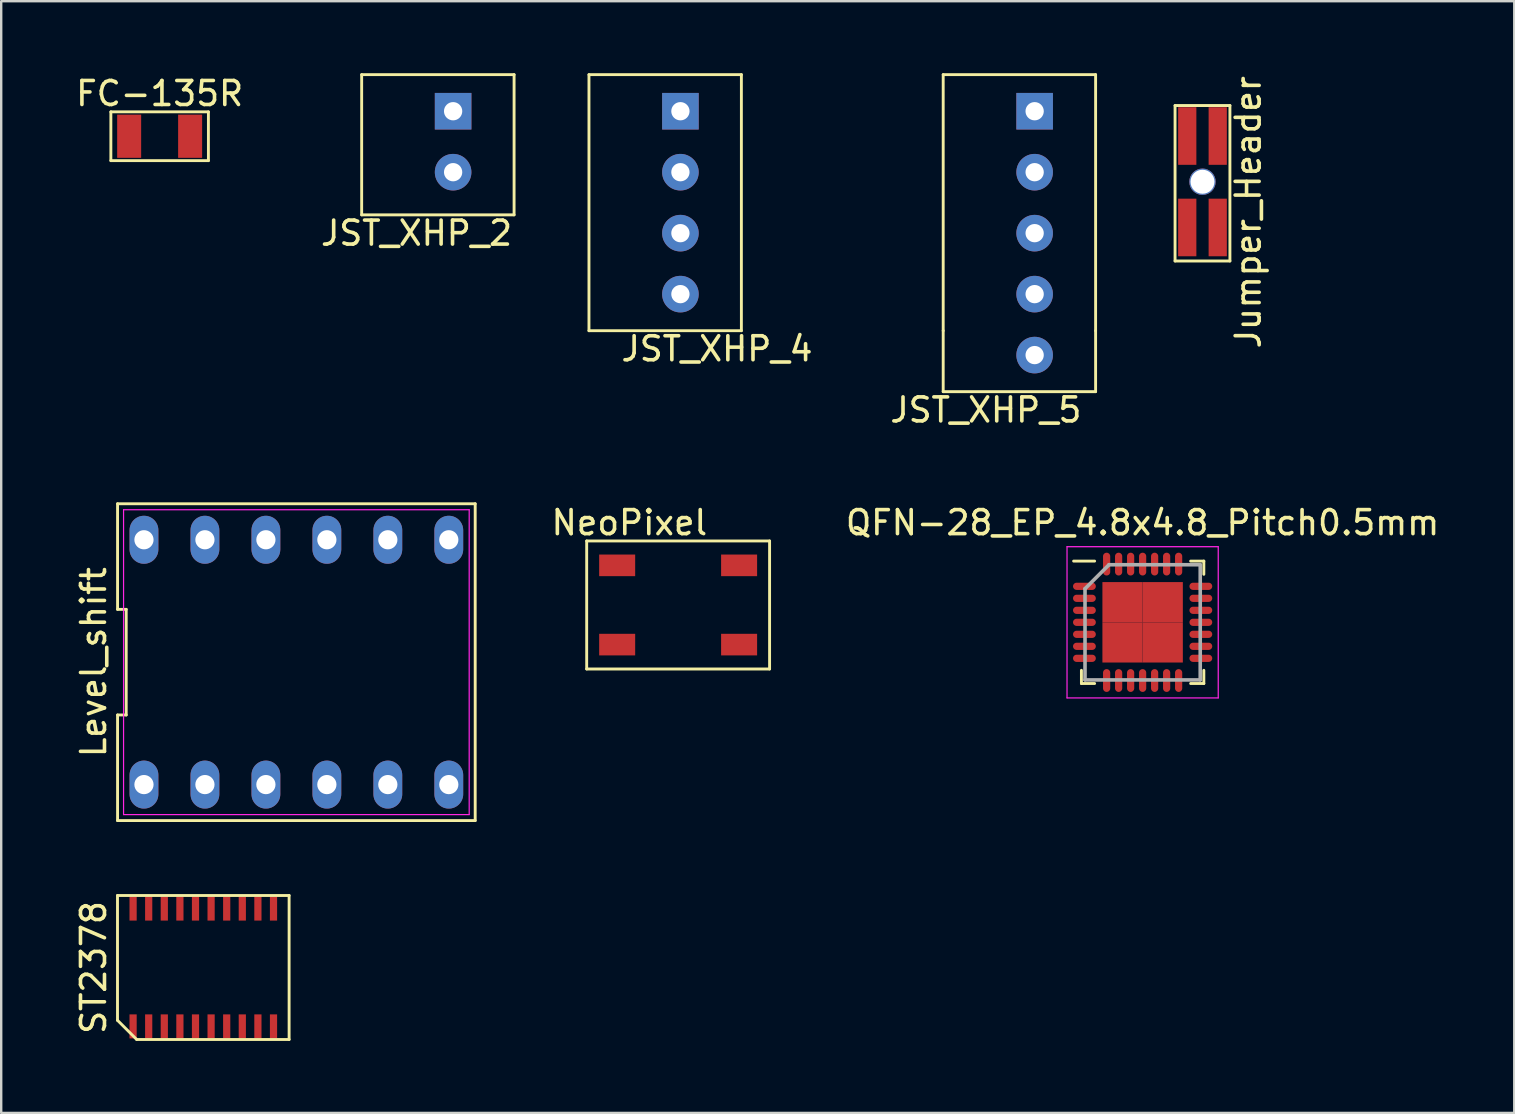
<source format=kicad_pcb>
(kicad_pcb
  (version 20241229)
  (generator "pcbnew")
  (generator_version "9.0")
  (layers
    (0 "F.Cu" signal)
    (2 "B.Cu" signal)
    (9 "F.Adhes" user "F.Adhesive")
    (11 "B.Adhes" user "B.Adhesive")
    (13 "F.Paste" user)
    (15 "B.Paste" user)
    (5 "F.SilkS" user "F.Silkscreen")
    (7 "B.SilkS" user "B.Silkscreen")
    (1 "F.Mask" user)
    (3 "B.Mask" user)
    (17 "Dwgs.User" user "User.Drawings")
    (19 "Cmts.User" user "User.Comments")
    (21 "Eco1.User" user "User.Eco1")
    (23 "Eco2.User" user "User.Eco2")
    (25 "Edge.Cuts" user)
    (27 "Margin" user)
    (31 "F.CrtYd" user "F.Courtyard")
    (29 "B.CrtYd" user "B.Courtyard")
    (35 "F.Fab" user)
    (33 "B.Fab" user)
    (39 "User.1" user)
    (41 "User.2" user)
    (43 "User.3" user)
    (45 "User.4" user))
  (footprint "Level_shift"
    (layer "F.Cu")
    (at 9.298 24.538)
    (property "Reference" "Level_shift" (at -8.45 0 90) (layer "F.SilkS") (effects (font (size 1 1) (thickness 0.15))))
    (attr through_hole)
    (fp_line (start -7.45 -6.6) (end -7.45 -2.2) (stroke (width 0.12) (type solid)) (layer "F.SilkS"))
    (fp_line (start -7.45 -2.2) (end -7.09 -2.2) (stroke (width 0.12) (type solid)) (layer "F.SilkS"))
    (fp_line (start -7.45 2.2) (end -7.45 6.6) (stroke (width 0.12) (type solid)) (layer "F.SilkS"))
    (fp_line (start -7.45 6.6) (end 7.45 6.6) (stroke (width 0.12) (type solid)) (layer "F.SilkS"))
    (fp_line (start -7.09 -2.2) (end -7.09 2.2) (stroke (width 0.12) (type solid)) (layer "F.SilkS"))
    (fp_line (start -7.09 2.2) (end -7.45 2.2) (stroke (width 0.12) (type solid)) (layer "F.SilkS"))
    (fp_line (start 7.45 -6.6) (end -7.45 -6.6) (stroke (width 0.12) (type solid)) (layer "F.SilkS"))
    (fp_line (start 7.45 6.6) (end 7.45 -6.6) (stroke (width 0.12) (type solid)) (layer "F.SilkS"))
    (fp_line (start -7.2 -6.35) (end 7.2 -6.35) (stroke (width 0.05) (type solid)) (layer "F.CrtYd"))
    (fp_line (start -7.2 6.35) (end -7.2 -6.35) (stroke (width 0.05) (type solid)) (layer "F.CrtYd"))
    (fp_line (start 7.2 -6.35) (end 7.2 6.35) (stroke (width 0.05) (type solid)) (layer "F.CrtYd"))
    (fp_line (start 7.2 6.35) (end -7.2 6.35) (stroke (width 0.05) (type solid)) (layer "F.CrtYd"))
    (pad "0" thru_hole oval (at -6.35 5.1) (size 1.2 2) (drill 0.8) (layers "*.Cu" "*.Mask"))
    (pad "1" thru_hole oval (at -3.81 5.1) (size 1.2 2) (drill 0.8) (layers "*.Cu" "*.Mask"))
    (pad "2" thru_hole oval (at -1.27 5.1) (size 1.2 2) (drill 0.8) (layers "*.Cu" "*.Mask"))
    (pad "3" thru_hole oval (at 1.27 5.1) (size 1.2 2) (drill 0.8) (layers "*.Cu" "*.Mask"))
    (pad "4" thru_hole oval (at 3.81 5.1) (size 1.2 2) (drill 0.8) (layers "*.Cu" "*.Mask"))
    (pad "5" thru_hole oval (at 6.35 5.1) (size 1.2 2) (drill 0.8) (layers "*.Cu" "*.Mask"))
    (pad "6" thru_hole oval (at -6.35 -5.1) (size 1.2 2) (drill 0.8) (layers "*.Cu" "*.Mask"))
    (pad "7" thru_hole oval (at -3.81 -5.1) (size 1.2 2) (drill 0.8) (layers "*.Cu" "*.Mask"))
    (pad "8" thru_hole oval (at -1.27 -5.1) (size 1.2 2) (drill 0.8) (layers "*.Cu" "*.Mask"))
    (pad "9" thru_hole oval (at 1.27 -5.1) (size 1.2 2) (drill 0.8) (layers "*.Cu" "*.Mask"))
    (pad "10" thru_hole oval (at 3.81 -5.1) (size 1.2 2) (drill 0.8) (layers "*.Cu" "*.Mask"))
    (pad "11" thru_hole oval (at 6.35 -5.1) (size 1.2 2) (drill 0.8) (layers "*.Cu" "*.Mask")))
  (footprint "NeoPixel"
    (layer "F.Cu")
    (at 25.203 22.282)
    (property "Reference" "NeoPixel" (at -2.032 -3.556 0) (layer "F.SilkS") (effects (font (size 1 1) (thickness 0.15))))
    (attr through_hole)
    (fp_line (start -3.81 -2.794) (end 3.81 -2.794) (stroke (width 0.12) (type solid)) (layer "F.SilkS"))
    (fp_line (start -3.81 2.54) (end -3.81 -2.794) (stroke (width 0.12) (type solid)) (layer "F.SilkS"))
    (fp_line (start 3.81 -2.794) (end 3.81 2.54) (stroke (width 0.12) (type solid)) (layer "F.SilkS"))
    (fp_line (start 3.81 2.54) (end -3.81 2.54) (stroke (width 0.12) (type solid)) (layer "F.SilkS"))
    (pad "1" smd rect (at -2.54 -1.778) (size 1.5 0.9) (layers "F.Cu" "F.Mask" "F.Paste"))
    (pad "2" smd rect (at -2.54 1.524) (size 1.5 0.9) (layers "F.Cu" "F.Mask" "F.Paste"))
    (pad "3" smd rect (at 2.54 1.524) (size 1.5 0.9) (layers "F.Cu" "F.Mask" "F.Paste"))
    (pad "4" smd rect (at 2.54 -1.778) (size 1.5 0.9) (layers "F.Cu" "F.Mask" "F.Paste")))
  (footprint "JST_XHP_5"
    (layer "F.Cu")
    (at 40.056 1.584)
    (property "Reference" "JST_XHP_5" (at -2.032 12.446 0) (layer "F.SilkS") (effects (font (size 1 1) (thickness 0.15))))
    (attr through_hole)
    (fp_line (start -3.81 -1.524) (end 2.54 -1.524) (stroke (width 0.12) (type solid)) (layer "F.SilkS"))
    (fp_line (start -3.81 9.144) (end -3.81 -1.524) (stroke (width 0.12) (type solid)) (layer "F.SilkS"))
    (fp_line (start -3.81 11.684) (end -3.81 9.144) (stroke (width 0.12) (type solid)) (layer "F.SilkS"))
    (fp_line (start 2.54 -1.524) (end 2.54 9.144) (stroke (width 0.12) (type solid)) (layer "F.SilkS"))
    (fp_line (start 2.54 9.144) (end 2.54 11.684) (stroke (width 0.12) (type solid)) (layer "F.SilkS"))
    (fp_line (start 2.54 11.684) (end -3.81 11.684) (stroke (width 0.12) (type solid)) (layer "F.SilkS"))
    (pad "1" thru_hole rect (at 0 0) (size 1.524 1.524) (drill 0.762) (layers "*.Cu" "*.Mask"))
    (pad "2" thru_hole circle (at 0 2.54) (size 1.524 1.524) (drill 0.762) (layers "*.Cu" "*.Mask"))
    (pad "3" thru_hole circle (at 0 5.08) (size 1.524 1.524) (drill 0.762) (layers "*.Cu" "*.Mask"))
    (pad "4" thru_hole circle (at 0 7.62) (size 1.524 1.524) (drill 0.762) (layers "*.Cu" "*.Mask"))
    (pad "5" thru_hole circle (at 0 10.16) (size 1.524 1.524) (drill 0.762) (layers "*.Cu" "*.Mask")))
  (footprint "FC-135R"
    (layer "F.Cu")
    (at 1.823 1.61)
    (property "Reference" "FC-135R" (at 1.778 -0.762 0) (layer "F.SilkS") (effects (font (size 1 1) (thickness 0.15))))
    (attr through_hole)
    (fp_line (start -0.254 0) (end 3.81 0) (stroke (width 0.12) (type solid)) (layer "F.SilkS"))
    (fp_line (start -0.254 2.032) (end -0.254 0) (stroke (width 0.12) (type solid)) (layer "F.SilkS"))
    (fp_line (start 3.81 0) (end 3.81 2.032) (stroke (width 0.12) (type solid)) (layer "F.SilkS"))
    (fp_line (start 3.81 2.032) (end -0.254 2.032) (stroke (width 0.12) (type solid)) (layer "F.SilkS"))
    (pad "1" smd rect (at 0.508 1.016) (size 1 1.8) (layers "F.Cu" "F.Mask" "F.Paste"))
    (pad "2" smd rect (at 3.048 1.016) (size 1 1.8) (layers "F.Cu" "F.Mask" "F.Paste")))
  (footprint "ST2378"
    (layer "F.Cu")
    (at 5.42 37.258)
    (property "Reference" "ST2378" (at -4.572 0 90) (layer "F.SilkS") (effects (font (size 1 1) (thickness 0.15))))
    (attr smd)
    (fp_line (start -3.575 -3) (end 3.575 -3) (stroke (width 0.12) (type solid)) (layer "F.SilkS"))
    (fp_line (start -3.575 2.2) (end -3.575 -3) (stroke (width 0.12) (type solid)) (layer "F.SilkS"))
    (fp_line (start -2.775 3) (end -3.575 2.2) (stroke (width 0.12) (type solid)) (layer "F.SilkS"))
    (fp_line (start 3.575 -3) (end 3.575 3) (stroke (width 0.12) (type solid)) (layer "F.SilkS"))
    (fp_line (start 3.575 3) (end -2.775 3) (stroke (width 0.12) (type solid)) (layer "F.SilkS"))
    (pad "1" smd rect (at -2.925 2.454) (size 0.3 1) (layers "F.Cu" "F.Mask" "F.Paste"))
    (pad "2" smd rect (at -2.275 2.454) (size 0.3 1) (layers "F.Cu" "F.Mask" "F.Paste"))
    (pad "3" smd rect (at -1.625 2.454) (size 0.3 1) (layers "F.Cu" "F.Mask" "F.Paste"))
    (pad "4" smd rect (at -0.975 2.454) (size 0.3 1) (layers "F.Cu" "F.Mask" "F.Paste"))
    (pad "5" smd rect (at -0.325 2.454) (size 0.3 1) (layers "F.Cu" "F.Mask" "F.Paste"))
    (pad "6" smd rect (at 0.325 2.454) (size 0.3 1) (layers "F.Cu" "F.Mask" "F.Paste"))
    (pad "7" smd rect (at 0.975 2.454) (size 0.3 1) (layers "F.Cu" "F.Mask" "F.Paste"))
    (pad "8" smd rect (at 1.625 2.454) (size 0.3 1) (layers "F.Cu" "F.Mask" "F.Paste"))
    (pad "9" smd rect (at 2.275 2.454) (size 0.3 1) (layers "F.Cu" "F.Mask" "F.Paste"))
    (pad "10" smd rect (at 2.925 2.454) (size 0.3 1) (layers "F.Cu" "F.Mask" "F.Paste"))
    (pad "11" smd rect (at 2.925 -2.454) (size 0.3 1) (layers "F.Cu" "F.Mask" "F.Paste"))
    (pad "12" smd rect (at 2.275 -2.454) (size 0.3 1) (layers "F.Cu" "F.Mask" "F.Paste"))
    (pad "13" smd rect (at 1.625 -2.454) (size 0.3 1) (layers "F.Cu" "F.Mask" "F.Paste"))
    (pad "14" smd rect (at 0.975 -2.454) (size 0.3 1) (layers "F.Cu" "F.Mask" "F.Paste"))
    (pad "15" smd rect (at 0.325 -2.454) (size 0.3 1) (layers "F.Cu" "F.Mask" "F.Paste"))
    (pad "16" smd rect (at -0.325 -2.454) (size 0.3 1) (layers "F.Cu" "F.Mask" "F.Paste"))
    (pad "17" smd rect (at -0.975 -2.454) (size 0.3 1) (layers "F.Cu" "F.Mask" "F.Paste"))
    (pad "18" smd rect (at -1.625 -2.454) (size 0.3 1) (layers "F.Cu" "F.Mask" "F.Paste"))
    (pad "19" smd rect (at -2.275 -2.454) (size 0.3 1) (layers "F.Cu" "F.Mask" "F.Paste"))
    (pad "20" smd rect (at -2.925 -2.454) (size 0.3 1) (layers "F.Cu" "F.Mask" "F.Paste")))
  (footprint "JST_XHP_4"
    (layer "F.Cu")
    (at 25.298 1.584)
    (property "Reference" "JST_XHP_4" (at 1.524 9.898 0) (layer "F.SilkS") (effects (font (size 1 1) (thickness 0.15))))
    (attr through_hole)
    (fp_line (start -3.81 -1.524) (end 2.54 -1.524) (stroke (width 0.12) (type solid)) (layer "F.SilkS"))
    (fp_line (start -3.81 9.144) (end -3.81 -1.524) (stroke (width 0.12) (type solid)) (layer "F.SilkS"))
    (fp_line (start 2.54 -1.524) (end 2.54 9.144) (stroke (width 0.12) (type solid)) (layer "F.SilkS"))
    (fp_line (start 2.54 9.144) (end -3.81 9.144) (stroke (width 0.12) (type solid)) (layer "F.SilkS"))
    (pad "1" thru_hole rect (at 0 0) (size 1.524 1.524) (drill 0.762) (layers "*.Cu" "*.Mask"))
    (pad "2" thru_hole circle (at 0 2.54) (size 1.524 1.524) (drill 0.762) (layers "*.Cu" "*.Mask"))
    (pad "3" thru_hole circle (at 0 5.08) (size 1.524 1.524) (drill 0.762) (layers "*.Cu" "*.Mask"))
    (pad "4" thru_hole circle (at 0 7.62) (size 1.524 1.524) (drill 0.762) (layers "*.Cu" "*.Mask")))
  (footprint "QFN-28_EP_4.8x4.8_Pitch0.5mm"
    (layer "F.Cu")
    (at 44.555 22.877)
    (property "Reference" "QFN-28_EP_4.8x4.8_Pitch0.5mm" (at 0 -4.15 0) (layer "F.SilkS") (effects (font (size 1 1) (thickness 0.15))))
    (attr smd)
    (fp_line (start -2.55 2.55) (end -2.55 2) (stroke (width 0.12) (type solid)) (layer "F.SilkS"))
    (fp_line (start -2 -2.55) (end -2.875 -2.55) (stroke (width 0.12) (type solid)) (layer "F.SilkS"))
    (fp_line (start -2 2.55) (end -2.55 2.55) (stroke (width 0.12) (type solid)) (layer "F.SilkS"))
    (fp_line (start 2 -2.55) (end 2.55 -2.55) (stroke (width 0.12) (type solid)) (layer "F.SilkS"))
    (fp_line (start 2 2.55) (end 2.55 2.55) (stroke (width 0.12) (type solid)) (layer "F.SilkS"))
    (fp_line (start 2.55 -2.55) (end 2.55 -2) (stroke (width 0.12) (type solid)) (layer "F.SilkS"))
    (fp_line (start 2.55 2.55) (end 2.55 2) (stroke (width 0.12) (type solid)) (layer "F.SilkS"))
    (fp_line (start -3.15 -3.15) (end 3.15 -3.15) (stroke (width 0.05) (type solid)) (layer "F.CrtYd"))
    (fp_line (start -3.15 3.15) (end -3.15 -3.15) (stroke (width 0.05) (type solid)) (layer "F.CrtYd"))
    (fp_line (start 3.15 -3.15) (end 3.15 3.15) (stroke (width 0.05) (type solid)) (layer "F.CrtYd"))
    (fp_line (start 3.15 3.15) (end -3.15 3.15) (stroke (width 0.05) (type solid)) (layer "F.CrtYd"))
    (fp_line (start -2.4 -1.4) (end -2.4 2.4) (stroke (width 0.15) (type solid)) (layer "F.Fab"))
    (fp_line (start -2.4 2.4) (end 2.4 2.4) (stroke (width 0.15) (type solid)) (layer "F.Fab"))
    (fp_line (start -1.4 -2.4) (end -2.4 -1.4) (stroke (width 0.15) (type solid)) (layer "F.Fab"))
    (fp_line (start 2.4 -2.4) (end -1.4 -2.4) (stroke (width 0.15) (type solid)) (layer "F.Fab"))
    (fp_line (start 2.4 2.4) (end 2.4 -2.4) (stroke (width 0.15) (type solid)) (layer "F.Fab"))
    (pad "1" smd oval (at -2.425 -1.5 90) (size 0.3 0.95) (layers "F.Cu" "F.Mask" "F.Paste"))
    (pad "2" smd oval (at -2.425 -1 90) (size 0.3 0.95) (layers "F.Cu" "F.Mask" "F.Paste"))
    (pad "3" smd oval (at -2.425 -0.5 90) (size 0.3 0.95) (layers "F.Cu" "F.Mask" "F.Paste"))
    (pad "4" smd oval (at -2.425 0 90) (size 0.3 0.95) (layers "F.Cu" "F.Mask" "F.Paste"))
    (pad "5" smd oval (at -2.425 0.5 90) (size 0.3 0.95) (layers "F.Cu" "F.Mask" "F.Paste"))
    (pad "6" smd oval (at -2.425 1 90) (size 0.3 0.95) (layers "F.Cu" "F.Mask" "F.Paste"))
    (pad "7" smd oval (at -2.425 1.5 90) (size 0.3 0.95) (layers "F.Cu" "F.Mask" "F.Paste"))
    (pad "8" smd oval (at -1.5 2.425) (size 0.3 0.95) (layers "F.Cu" "F.Mask" "F.Paste"))
    (pad "9" smd oval (at -1 2.425) (size 0.3 0.95) (layers "F.Cu" "F.Mask" "F.Paste"))
    (pad "10" smd oval (at -0.5 2.425) (size 0.3 0.95) (layers "F.Cu" "F.Mask" "F.Paste"))
    (pad "11" smd oval (at 0 2.425) (size 0.3 0.95) (layers "F.Cu" "F.Mask" "F.Paste"))
    (pad "12" smd oval (at 0.5 2.425) (size 0.3 0.95) (layers "F.Cu" "F.Mask" "F.Paste"))
    (pad "13" smd oval (at 1 2.425) (size 0.3 0.95) (layers "F.Cu" "F.Mask" "F.Paste"))
    (pad "14" smd oval (at 1.5 2.425) (size 0.3 0.95) (layers "F.Cu" "F.Mask" "F.Paste"))
    (pad "15" smd oval (at 2.425 1.5 90) (size 0.3 0.95) (layers "F.Cu" "F.Mask" "F.Paste"))
    (pad "16" smd oval (at 2.425 1 90) (size 0.3 0.95) (layers "F.Cu" "F.Mask" "F.Paste"))
    (pad "17" smd oval (at 2.425 0.5 90) (size 0.3 0.95) (layers "F.Cu" "F.Mask" "F.Paste"))
    (pad "18" smd oval (at 2.425 0 90) (size 0.3 0.95) (layers "F.Cu" "F.Mask" "F.Paste"))
    (pad "19" smd oval (at 2.425 -0.5 90) (size 0.3 0.95) (layers "F.Cu" "F.Mask" "F.Paste"))
    (pad "20" smd oval (at 2.425 -1 90) (size 0.3 0.95) (layers "F.Cu" "F.Mask" "F.Paste"))
    (pad "21" smd oval (at 2.425 -1.5 90) (size 0.3 0.95) (layers "F.Cu" "F.Mask" "F.Paste"))
    (pad "22" smd oval (at 1.5 -2.425) (size 0.3 0.95) (layers "F.Cu" "F.Mask" "F.Paste"))
    (pad "23" smd oval (at 1 -2.425) (size 0.3 0.95) (layers "F.Cu" "F.Mask" "F.Paste"))
    (pad "24" smd oval (at 0.5 -2.425) (size 0.3 0.95) (layers "F.Cu" "F.Mask" "F.Paste"))
    (pad "25" smd oval (at 0 -2.425) (size 0.3 0.95) (layers "F.Cu" "F.Mask" "F.Paste"))
    (pad "26" smd oval (at -0.5 -2.425) (size 0.3 0.95) (layers "F.Cu" "F.Mask" "F.Paste"))
    (pad "27" smd oval (at -1 -2.425) (size 0.3 0.95) (layers "F.Cu" "F.Mask" "F.Paste"))
    (pad "28" smd oval (at -1.5 -2.425) (size 0.3 0.95) (layers "F.Cu" "F.Mask" "F.Paste"))
    (pad "29" smd rect (at -0.838 -0.838) (size 1.675 1.675) (layers "F.Cu" "F.Mask" "F.Paste"))
    (pad "29" smd rect (at -0.838 0.838) (size 1.675 1.675) (layers "F.Cu" "F.Mask" "F.Paste"))
    (pad "29" smd rect (at 0.838 -0.838) (size 1.675 1.675) (layers "F.Cu" "F.Mask" "F.Paste"))
    (pad "29" smd rect (at 0.838 0.838) (size 1.675 1.675) (layers "F.Cu" "F.Mask" "F.Paste")))
  (footprint "JST_XHP_2"
    (layer "F.Cu")
    (at 15.828 1.584)
    (property "Reference" "JST_XHP_2" (at -1.524 5.08 0) (layer "F.SilkS") (effects (font (size 1 1) (thickness 0.15))))
    (attr through_hole)
    (fp_line (start -3.81 -1.524) (end -3.81 4.318) (stroke (width 0.12) (type solid)) (layer "F.SilkS"))
    (fp_line (start -3.81 -1.524) (end 2.54 -1.524) (stroke (width 0.12) (type solid)) (layer "F.SilkS"))
    (fp_line (start -3.81 4.318) (end 2.54 4.318) (stroke (width 0.12) (type solid)) (layer "F.SilkS"))
    (fp_line (start 2.54 -1.524) (end 2.54 4.318) (stroke (width 0.12) (type solid)) (layer "F.SilkS"))
    (pad "1" thru_hole rect (at 0 0) (size 1.524 1.524) (drill 0.762) (layers "*.Cu" "*.Mask"))
    (pad "2" thru_hole circle (at 0 2.54) (size 1.524 1.524) (drill 0.762) (layers "*.Cu" "*.Mask")))
  (footprint "Jumper_Header"
    (layer "F.Cu")
    (at 45.906 1.347)
    (property "Reference" "Jumper_Header" (at 3.048 4.445 90) (layer "F.SilkS") (effects (font (size 1 1) (thickness 0.15))))
    (attr through_hole)
    (fp_line (start 0 0) (end 2.286 0) (stroke (width 0.12) (type solid)) (layer "F.SilkS"))
    (fp_line (start 0 6.477) (end 0 0) (stroke (width 0.12) (type solid)) (layer "F.SilkS"))
    (fp_line (start 2.286 0) (end 2.286 6.477) (stroke (width 0.12) (type solid)) (layer "F.SilkS"))
    (fp_line (start 2.286 6.477) (end 0 6.477) (stroke (width 0.12) (type solid)) (layer "F.SilkS"))
    (pad "" np_thru_hole circle (at 1.143 3.175) (size 1.1 1.1) (drill 1) (layers "*.Cu" "*.Mask"))
    (pad "1" smd rect (at 0.508 5.08) (size 0.76 2.4) (layers "F.Cu" "F.Mask" "F.Paste"))
    (pad "2" smd rect (at 0.508 1.27) (size 0.76 2.4) (layers "F.Cu" "F.Mask" "F.Paste"))
    (pad "3" smd rect (at 1.778 5.08) (size 0.76 2.4) (layers "F.Cu" "F.Mask" "F.Paste"))
    (pad "4" smd rect (at 1.778 1.27) (size 0.76 2.4) (layers "F.Cu" "F.Mask" "F.Paste")))
  (gr_rect
    (start -3 -3)
    (end 60.038 43.318)
    (stroke (width 0.1) (type default))
    (fill no)
    (layer "Edge.Cuts")))
</source>
